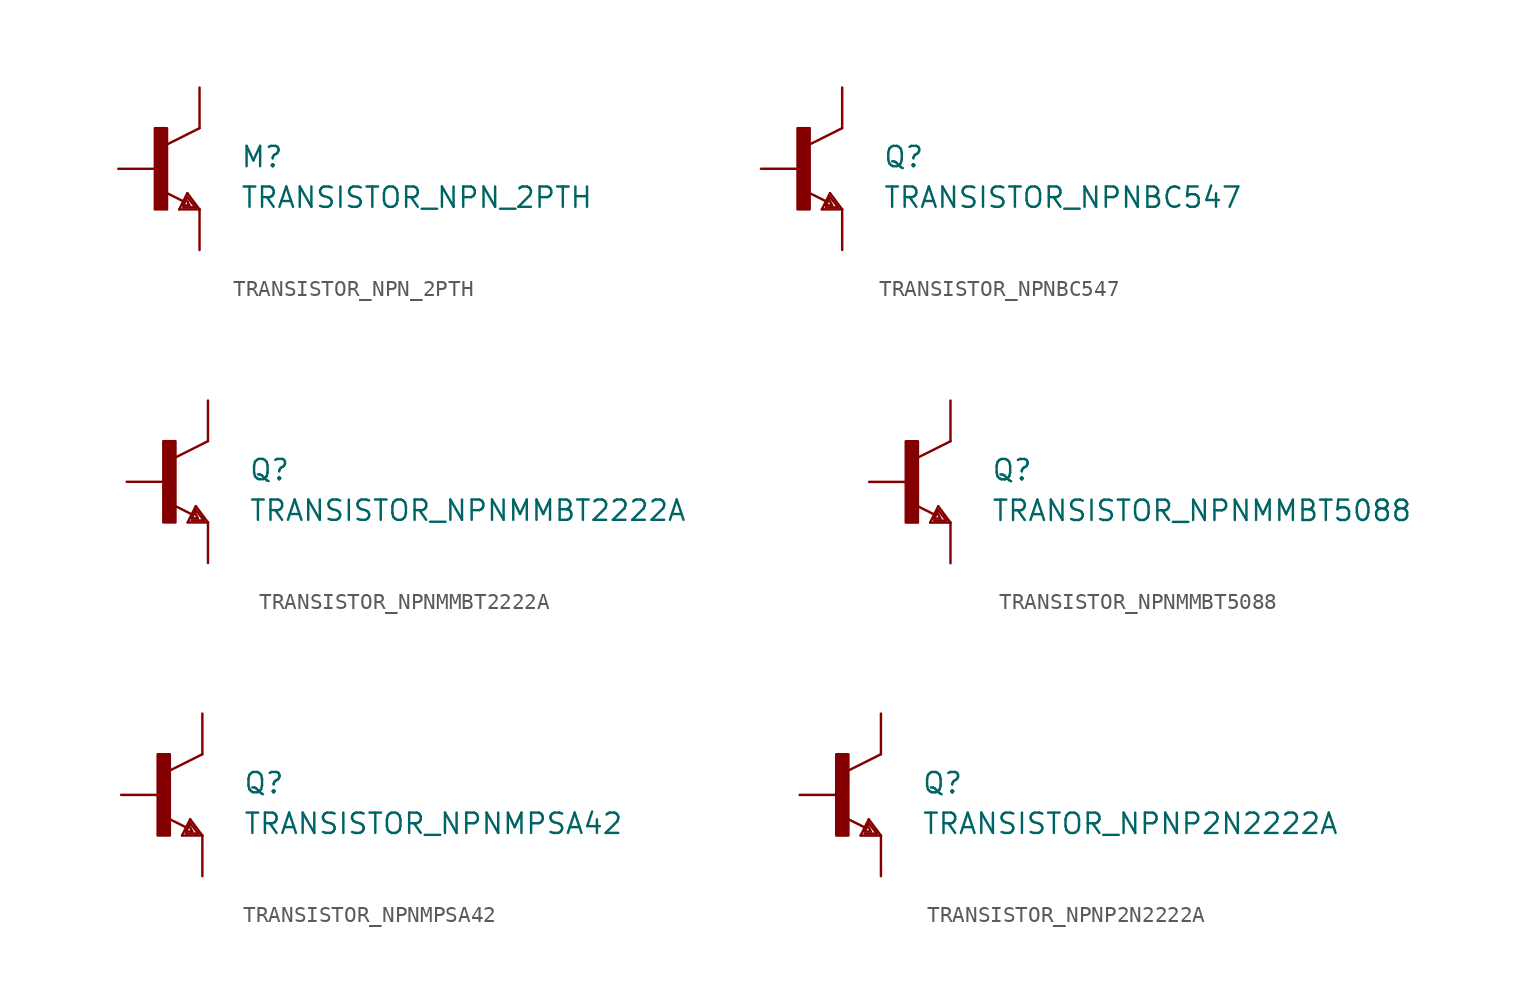
<source format=kicad_sym>
(kicad_symbol_lib
  (version 20211014)
  (generator kicad_symbol_editor)
  (symbol "TRANSISTOR_NPN_2PTH"
    (pin_numbers hide)
    (pin_names
      (offset 1.016) hide)
    (property "Reference" "M"
      (at 5.08 0 0)
      (effects (font (size 1.27 1.27)) (justify left bottom)))
    (property "Value" "TRANSISTOR_NPN_2PTH"
      (at 5.08 -2.54 0)
      (effects (font (size 1.27 1.27)) (justify left bottom)))
    (property "ki_locked" ""
      (at 0 0 0)
      (effects (font (size 1.27 1.27))))
    (symbol "TRANSISTOR_NPN_2PTH_1_0"
      (polyline (pts (xy 1.27 -2.54) (xy 1.778 -1.524)) (stroke (width 0) (type default) (color 0 0 0 0)) (fill (type none)))
      (polyline (pts (xy 1.524 -2.413) (xy 2.286 -2.413)) (stroke (width 0) (type default) (color 0 0 0 0)) (fill (type none)))
      (polyline (pts (xy 1.524 -2.286) (xy 1.905 -2.286)) (stroke (width 0) (type default) (color 0 0 0 0)) (fill (type none)))
      (polyline (pts (xy 1.524 -2.032) (xy 0.305 -1.422)) (stroke (width 0) (type default) (color 0 0 0 0)) (fill (type none)))
      (polyline (pts (xy 1.778 -1.778) (xy 1.524 -2.286)) (stroke (width 0) (type default) (color 0 0 0 0)) (fill (type none)))
      (polyline (pts (xy 1.778 -1.524) (xy 2.54 -2.54)) (stroke (width 0) (type default) (color 0 0 0 0)) (fill (type none)))
      (polyline (pts (xy 1.905 -2.286) (xy 1.778 -2.032)) (stroke (width 0) (type default) (color 0 0 0 0)) (fill (type none)))
      (polyline (pts (xy 2.286 -2.413) (xy 1.778 -1.778)) (stroke (width 0) (type default) (color 0 0 0 0)) (fill (type none)))
      (polyline (pts (xy 2.54 -2.54) (xy 1.27 -2.54)) (stroke (width 0) (type default) (color 0 0 0 0)) (fill (type none)))
      (polyline (pts (xy 2.54 2.54) (xy 0.508 1.524)) (stroke (width 0) (type default) (color 0 0 0 0)) (fill (type none))))
    (symbol "TRANSISTOR_NPN_2PTH_1_1"
      (rectangle (start -0.254 -2.54) (end 0.508 2.54) (stroke (width 0) (type default) (color 0 0 0 0)) (fill (type outline)))
      (pin passive line (at 2.54 5.08 270) (length 2.54) (name "C" (effects (font (size 1.016 1.016)))) (number "1" (effects (font (size 1.016 1.016)))))
      (pin passive line (at -2.54 0 0) (length 2.54) (name "B" (effects (font (size 1.016 1.016)))) (number "2" (effects (font (size 1.016 1.016)))))
      (pin passive line (at 2.54 -5.08 90) (length 2.54) (name "E" (effects (font (size 1.016 1.016)))) (number "3" (effects (font (size 1.016 1.016)))))))
  (symbol "TRANSISTOR_NPNBC547"
    (pin_numbers hide)
    (pin_names
      (offset 1.016) hide)
    (property "Reference" "Q"
      (at 5.08 0 0)
      (effects (font (size 1.27 1.27)) (justify left bottom)))
    (property "Value" "TRANSISTOR_NPNBC547"
      (at 5.08 -2.54 0)
      (effects (font (size 1.27 1.27)) (justify left bottom)))
    (property "ki_locked" ""
      (at 0 0 0)
      (effects (font (size 1.27 1.27))))
    (symbol "TRANSISTOR_NPNBC547_1_0"
      (polyline (pts (xy 1.27 -2.54) (xy 1.778 -1.524)) (stroke (width 0) (type default) (color 0 0 0 0)) (fill (type none)))
      (polyline (pts (xy 1.524 -2.413) (xy 2.286 -2.413)) (stroke (width 0) (type default) (color 0 0 0 0)) (fill (type none)))
      (polyline (pts (xy 1.524 -2.286) (xy 1.905 -2.286)) (stroke (width 0) (type default) (color 0 0 0 0)) (fill (type none)))
      (polyline (pts (xy 1.524 -2.032) (xy 0.305 -1.422)) (stroke (width 0) (type default) (color 0 0 0 0)) (fill (type none)))
      (polyline (pts (xy 1.778 -1.778) (xy 1.524 -2.286)) (stroke (width 0) (type default) (color 0 0 0 0)) (fill (type none)))
      (polyline (pts (xy 1.778 -1.524) (xy 2.54 -2.54)) (stroke (width 0) (type default) (color 0 0 0 0)) (fill (type none)))
      (polyline (pts (xy 1.905 -2.286) (xy 1.778 -2.032)) (stroke (width 0) (type default) (color 0 0 0 0)) (fill (type none)))
      (polyline (pts (xy 2.286 -2.413) (xy 1.778 -1.778)) (stroke (width 0) (type default) (color 0 0 0 0)) (fill (type none)))
      (polyline (pts (xy 2.54 -2.54) (xy 1.27 -2.54)) (stroke (width 0) (type default) (color 0 0 0 0)) (fill (type none)))
      (polyline (pts (xy 2.54 2.54) (xy 0.508 1.524)) (stroke (width 0) (type default) (color 0 0 0 0)) (fill (type none))))
    (symbol "TRANSISTOR_NPNBC547_1_1"
      (rectangle (start -0.254 -2.54) (end 0.508 2.54) (stroke (width 0) (type default) (color 0 0 0 0)) (fill (type outline)))
      (pin passive line (at 2.54 5.08 270) (length 2.54) (name "C" (effects (font (size 1.016 1.016)))) (number "1" (effects (font (size 1.016 1.016)))))
      (pin passive line (at -2.54 0 0) (length 2.54) (name "B" (effects (font (size 1.016 1.016)))) (number "2" (effects (font (size 1.016 1.016)))))
      (pin passive line (at 2.54 -5.08 90) (length 2.54) (name "E" (effects (font (size 1.016 1.016)))) (number "3" (effects (font (size 1.016 1.016)))))))
  (symbol "TRANSISTOR_NPNMMBT2222A"
    (pin_numbers hide)
    (pin_names
      (offset 1.016) hide)
    (property "Reference" "Q"
      (at 5.08 0 0)
      (effects (font (size 1.27 1.27)) (justify left bottom)))
    (property "Value" "TRANSISTOR_NPNMMBT2222A"
      (at 5.08 -2.54 0)
      (effects (font (size 1.27 1.27)) (justify left bottom)))
    (property "ki_locked" ""
      (at 0 0 0)
      (effects (font (size 1.27 1.27))))
    (symbol "TRANSISTOR_NPNMMBT2222A_1_0"
      (polyline (pts (xy 1.27 -2.54) (xy 1.778 -1.524)) (stroke (width 0) (type default) (color 0 0 0 0)) (fill (type none)))
      (polyline (pts (xy 1.524 -2.413) (xy 2.286 -2.413)) (stroke (width 0) (type default) (color 0 0 0 0)) (fill (type none)))
      (polyline (pts (xy 1.524 -2.286) (xy 1.905 -2.286)) (stroke (width 0) (type default) (color 0 0 0 0)) (fill (type none)))
      (polyline (pts (xy 1.524 -2.032) (xy 0.305 -1.422)) (stroke (width 0) (type default) (color 0 0 0 0)) (fill (type none)))
      (polyline (pts (xy 1.778 -1.778) (xy 1.524 -2.286)) (stroke (width 0) (type default) (color 0 0 0 0)) (fill (type none)))
      (polyline (pts (xy 1.778 -1.524) (xy 2.54 -2.54)) (stroke (width 0) (type default) (color 0 0 0 0)) (fill (type none)))
      (polyline (pts (xy 1.905 -2.286) (xy 1.778 -2.032)) (stroke (width 0) (type default) (color 0 0 0 0)) (fill (type none)))
      (polyline (pts (xy 2.286 -2.413) (xy 1.778 -1.778)) (stroke (width 0) (type default) (color 0 0 0 0)) (fill (type none)))
      (polyline (pts (xy 2.54 -2.54) (xy 1.27 -2.54)) (stroke (width 0) (type default) (color 0 0 0 0)) (fill (type none)))
      (polyline (pts (xy 2.54 2.54) (xy 0.508 1.524)) (stroke (width 0) (type default) (color 0 0 0 0)) (fill (type none))))
    (symbol "TRANSISTOR_NPNMMBT2222A_1_1"
      (rectangle (start -0.254 -2.54) (end 0.508 2.54) (stroke (width 0) (type default) (color 0 0 0 0)) (fill (type outline)))
      (pin passive line (at -2.54 0 0) (length 2.54) (name "B" (effects (font (size 1.016 1.016)))) (number "1" (effects (font (size 1.016 1.016)))))
      (pin passive line (at 2.54 -5.08 90) (length 2.54) (name "E" (effects (font (size 1.016 1.016)))) (number "2" (effects (font (size 1.016 1.016)))))
      (pin passive line (at 2.54 5.08 270) (length 2.54) (name "C" (effects (font (size 1.016 1.016)))) (number "3" (effects (font (size 1.016 1.016)))))))
  (symbol "TRANSISTOR_NPNMMBT5088"
    (pin_numbers hide)
    (pin_names
      (offset 1.016) hide)
    (property "Reference" "Q"
      (at 5.08 0 0)
      (effects (font (size 1.27 1.27)) (justify left bottom)))
    (property "Value" "TRANSISTOR_NPNMMBT5088"
      (at 5.08 -2.54 0)
      (effects (font (size 1.27 1.27)) (justify left bottom)))
    (property "ki_locked" ""
      (at 0 0 0)
      (effects (font (size 1.27 1.27))))
    (symbol "TRANSISTOR_NPNMMBT5088_1_0"
      (polyline (pts (xy 1.27 -2.54) (xy 1.778 -1.524)) (stroke (width 0) (type default) (color 0 0 0 0)) (fill (type none)))
      (polyline (pts (xy 1.524 -2.413) (xy 2.286 -2.413)) (stroke (width 0) (type default) (color 0 0 0 0)) (fill (type none)))
      (polyline (pts (xy 1.524 -2.286) (xy 1.905 -2.286)) (stroke (width 0) (type default) (color 0 0 0 0)) (fill (type none)))
      (polyline (pts (xy 1.524 -2.032) (xy 0.305 -1.422)) (stroke (width 0) (type default) (color 0 0 0 0)) (fill (type none)))
      (polyline (pts (xy 1.778 -1.778) (xy 1.524 -2.286)) (stroke (width 0) (type default) (color 0 0 0 0)) (fill (type none)))
      (polyline (pts (xy 1.778 -1.524) (xy 2.54 -2.54)) (stroke (width 0) (type default) (color 0 0 0 0)) (fill (type none)))
      (polyline (pts (xy 1.905 -2.286) (xy 1.778 -2.032)) (stroke (width 0) (type default) (color 0 0 0 0)) (fill (type none)))
      (polyline (pts (xy 2.286 -2.413) (xy 1.778 -1.778)) (stroke (width 0) (type default) (color 0 0 0 0)) (fill (type none)))
      (polyline (pts (xy 2.54 -2.54) (xy 1.27 -2.54)) (stroke (width 0) (type default) (color 0 0 0 0)) (fill (type none)))
      (polyline (pts (xy 2.54 2.54) (xy 0.508 1.524)) (stroke (width 0) (type default) (color 0 0 0 0)) (fill (type none))))
    (symbol "TRANSISTOR_NPNMMBT5088_1_1"
      (rectangle (start -0.254 -2.54) (end 0.508 2.54) (stroke (width 0) (type default) (color 0 0 0 0)) (fill (type outline)))
      (pin passive line (at -2.54 0 0) (length 2.54) (name "B" (effects (font (size 1.016 1.016)))) (number "1" (effects (font (size 1.016 1.016)))))
      (pin passive line (at 2.54 -5.08 90) (length 2.54) (name "E" (effects (font (size 1.016 1.016)))) (number "2" (effects (font (size 1.016 1.016)))))
      (pin passive line (at 2.54 5.08 270) (length 2.54) (name "C" (effects (font (size 1.016 1.016)))) (number "3" (effects (font (size 1.016 1.016)))))))
  (symbol "TRANSISTOR_NPNMPSA42"
    (pin_numbers hide)
    (pin_names
      (offset 1.016) hide)
    (property "Reference" "Q"
      (at 5.08 0 0)
      (effects (font (size 1.27 1.27)) (justify left bottom)))
    (property "Value" "TRANSISTOR_NPNMPSA42"
      (at 5.08 -2.54 0)
      (effects (font (size 1.27 1.27)) (justify left bottom)))
    (property "ki_locked" ""
      (at 0 0 0)
      (effects (font (size 1.27 1.27))))
    (symbol "TRANSISTOR_NPNMPSA42_1_0"
      (polyline (pts (xy 1.27 -2.54) (xy 1.778 -1.524)) (stroke (width 0) (type default) (color 0 0 0 0)) (fill (type none)))
      (polyline (pts (xy 1.524 -2.413) (xy 2.286 -2.413)) (stroke (width 0) (type default) (color 0 0 0 0)) (fill (type none)))
      (polyline (pts (xy 1.524 -2.286) (xy 1.905 -2.286)) (stroke (width 0) (type default) (color 0 0 0 0)) (fill (type none)))
      (polyline (pts (xy 1.524 -2.032) (xy 0.305 -1.422)) (stroke (width 0) (type default) (color 0 0 0 0)) (fill (type none)))
      (polyline (pts (xy 1.778 -1.778) (xy 1.524 -2.286)) (stroke (width 0) (type default) (color 0 0 0 0)) (fill (type none)))
      (polyline (pts (xy 1.778 -1.524) (xy 2.54 -2.54)) (stroke (width 0) (type default) (color 0 0 0 0)) (fill (type none)))
      (polyline (pts (xy 1.905 -2.286) (xy 1.778 -2.032)) (stroke (width 0) (type default) (color 0 0 0 0)) (fill (type none)))
      (polyline (pts (xy 2.286 -2.413) (xy 1.778 -1.778)) (stroke (width 0) (type default) (color 0 0 0 0)) (fill (type none)))
      (polyline (pts (xy 2.54 -2.54) (xy 1.27 -2.54)) (stroke (width 0) (type default) (color 0 0 0 0)) (fill (type none)))
      (polyline (pts (xy 2.54 2.54) (xy 0.508 1.524)) (stroke (width 0) (type default) (color 0 0 0 0)) (fill (type none))))
    (symbol "TRANSISTOR_NPNMPSA42_1_1"
      (rectangle (start -0.254 -2.54) (end 0.508 2.54) (stroke (width 0) (type default) (color 0 0 0 0)) (fill (type outline)))
      (pin passive line (at -2.54 0 0) (length 2.54) (name "B" (effects (font (size 1.016 1.016)))) (number "1" (effects (font (size 1.016 1.016)))))
      (pin passive line (at 2.54 -5.08 90) (length 2.54) (name "E" (effects (font (size 1.016 1.016)))) (number "2" (effects (font (size 1.016 1.016)))))
      (pin passive line (at 2.54 5.08 270) (length 2.54) (name "C" (effects (font (size 1.016 1.016)))) (number "3" (effects (font (size 1.016 1.016)))))))
  (symbol "TRANSISTOR_NPNP2N2222A"
    (pin_numbers hide)
    (pin_names
      (offset 1.016) hide)
    (property "Reference" "Q"
      (at 5.08 0 0)
      (effects (font (size 1.27 1.27)) (justify left bottom)))
    (property "Value" "TRANSISTOR_NPNP2N2222A"
      (at 5.08 -2.54 0)
      (effects (font (size 1.27 1.27)) (justify left bottom)))
    (property "ki_locked" ""
      (at 0 0 0)
      (effects (font (size 1.27 1.27))))
    (symbol "TRANSISTOR_NPNP2N2222A_1_0"
      (polyline (pts (xy 1.27 -2.54) (xy 1.778 -1.524)) (stroke (width 0) (type default) (color 0 0 0 0)) (fill (type none)))
      (polyline (pts (xy 1.524 -2.413) (xy 2.286 -2.413)) (stroke (width 0) (type default) (color 0 0 0 0)) (fill (type none)))
      (polyline (pts (xy 1.524 -2.286) (xy 1.905 -2.286)) (stroke (width 0) (type default) (color 0 0 0 0)) (fill (type none)))
      (polyline (pts (xy 1.524 -2.032) (xy 0.305 -1.422)) (stroke (width 0) (type default) (color 0 0 0 0)) (fill (type none)))
      (polyline (pts (xy 1.778 -1.778) (xy 1.524 -2.286)) (stroke (width 0) (type default) (color 0 0 0 0)) (fill (type none)))
      (polyline (pts (xy 1.778 -1.524) (xy 2.54 -2.54)) (stroke (width 0) (type default) (color 0 0 0 0)) (fill (type none)))
      (polyline (pts (xy 1.905 -2.286) (xy 1.778 -2.032)) (stroke (width 0) (type default) (color 0 0 0 0)) (fill (type none)))
      (polyline (pts (xy 2.286 -2.413) (xy 1.778 -1.778)) (stroke (width 0) (type default) (color 0 0 0 0)) (fill (type none)))
      (polyline (pts (xy 2.54 -2.54) (xy 1.27 -2.54)) (stroke (width 0) (type default) (color 0 0 0 0)) (fill (type none)))
      (polyline (pts (xy 2.54 2.54) (xy 0.508 1.524)) (stroke (width 0) (type default) (color 0 0 0 0)) (fill (type none))))
    (symbol "TRANSISTOR_NPNP2N2222A_1_1"
      (rectangle (start -0.254 -2.54) (end 0.508 2.54) (stroke (width 0) (type default) (color 0 0 0 0)) (fill (type outline)))
      (pin passive line (at 2.54 5.08 270) (length 2.54) (name "C" (effects (font (size 1.016 1.016)))) (number "1" (effects (font (size 1.016 1.016)))))
      (pin passive line (at -2.54 0 0) (length 2.54) (name "B" (effects (font (size 1.016 1.016)))) (number "2" (effects (font (size 1.016 1.016)))))
      (pin passive line (at 2.54 -5.08 90) (length 2.54) (name "E" (effects (font (size 1.016 1.016)))) (number "3" (effects (font (size 1.016 1.016))))))))
</source>
